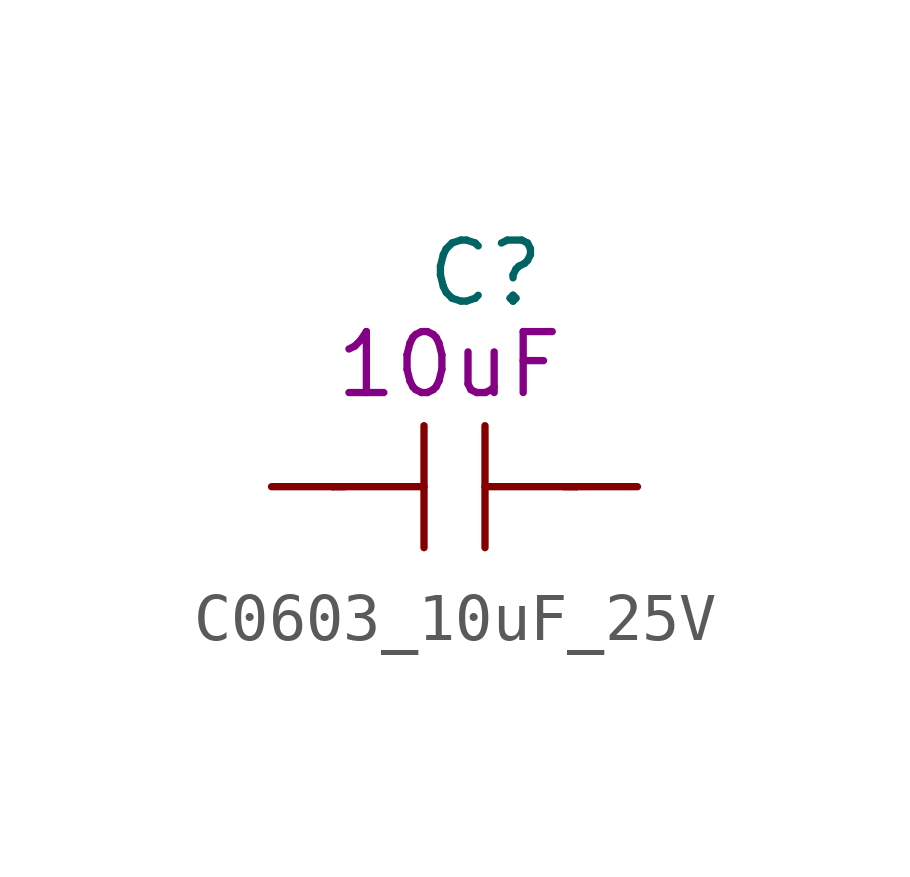
<source format=kicad_sym>
(kicad_symbol_lib
  (version 20211014)
  (generator kicad_symbol_editor)
  (symbol "C0603_10uF_25V"
    (pin_numbers hide)
    (pin_names
      (offset 1.016))
    (property "Reference" "C"
      (at -0.635 4.445 0)
      (effects (font (size 1.27 1.27)) (justify left)))
    (property "Symbol" "10uF"
      (at -2.54 2.54 0)
      (effects (font (size 1.27 1.27)) (justify left)))
    (symbol "C0603_10uF_25V_1_1"
      (polyline (pts (xy -2.54 0) (xy -0.635 0)) (stroke (width 0) (type default) (color 0 0 0 0)) (fill (type none)))
      (polyline (pts (xy -2.286 0) (xy -2.54 0)) (stroke (width 0) (type default) (color 0 0 0 0)) (fill (type none)))
      (polyline (pts (xy -0.635 1.27) (xy -0.635 -1.27)) (stroke (width 0) (type default) (color 0 0 0 0)) (fill (type none)))
      (polyline (pts (xy 0.635 0) (xy 2.54 0)) (stroke (width 0) (type default) (color 0 0 0 0)) (fill (type none)))
      (polyline (pts (xy 0.635 1.27) (xy 0.635 -1.27)) (stroke (width 0) (type default) (color 0 0 0 0)) (fill (type none)))
      (polyline (pts (xy 2.286 0) (xy 2.54 0)) (stroke (width 0) (type default) (color 0 0 0 0)) (fill (type none)))
      (pin passive line (at -3.81 0 0) (length 1.27) (name "~" (effects (font (size 1.27 1.27)))) (number "1" (effects (font (size 1.27 1.27)))))
      (pin passive line (at 3.81 0 180) (length 1.27) (name "~" (effects (font (size 1.27 1.27)))) (number "2" (effects (font (size 1.27 1.27))))))))
</source>
